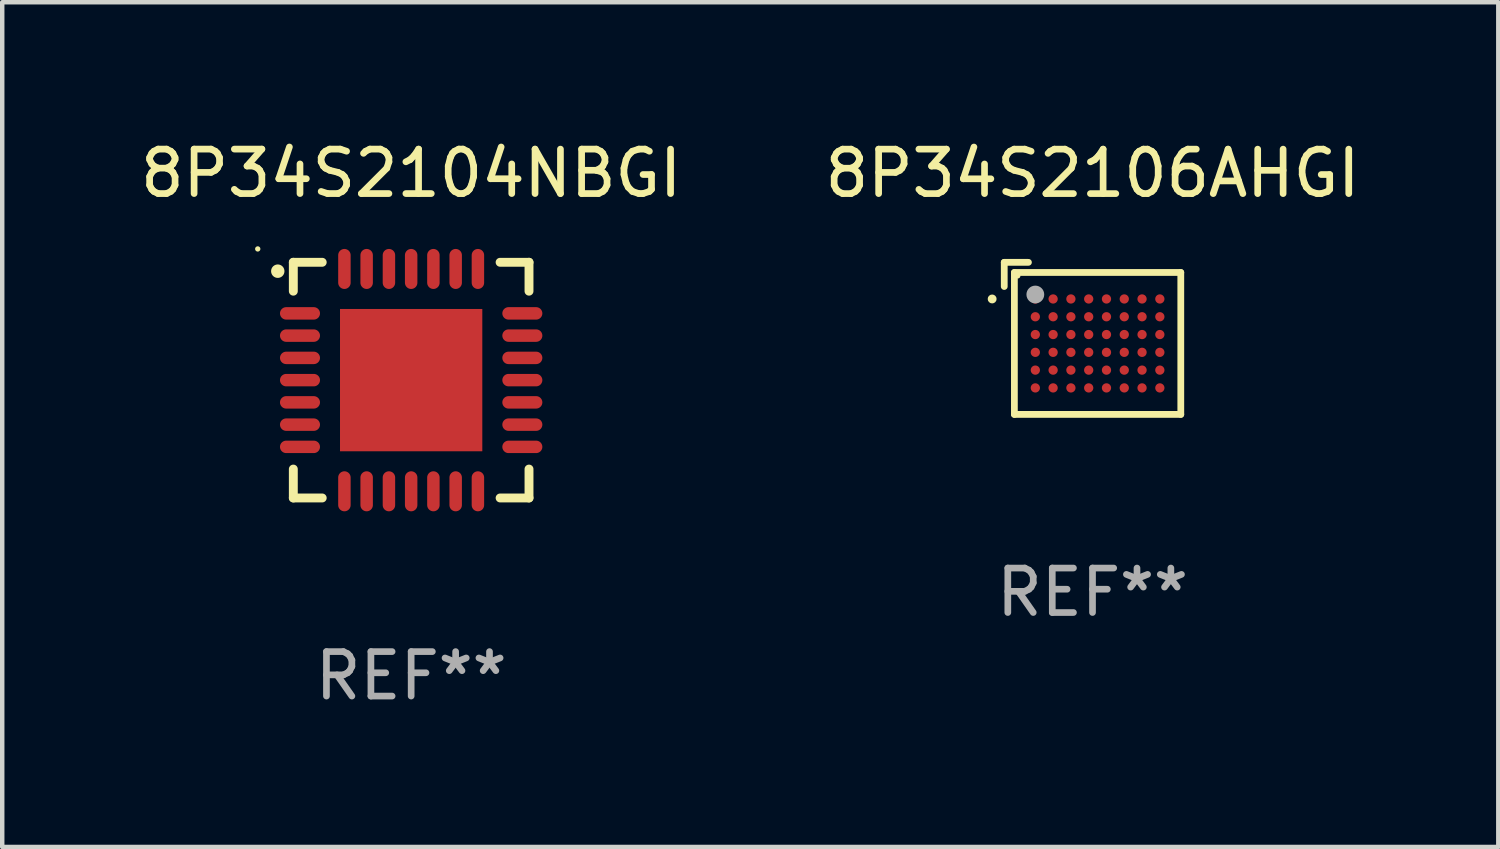
<source format=kicad_pcb>
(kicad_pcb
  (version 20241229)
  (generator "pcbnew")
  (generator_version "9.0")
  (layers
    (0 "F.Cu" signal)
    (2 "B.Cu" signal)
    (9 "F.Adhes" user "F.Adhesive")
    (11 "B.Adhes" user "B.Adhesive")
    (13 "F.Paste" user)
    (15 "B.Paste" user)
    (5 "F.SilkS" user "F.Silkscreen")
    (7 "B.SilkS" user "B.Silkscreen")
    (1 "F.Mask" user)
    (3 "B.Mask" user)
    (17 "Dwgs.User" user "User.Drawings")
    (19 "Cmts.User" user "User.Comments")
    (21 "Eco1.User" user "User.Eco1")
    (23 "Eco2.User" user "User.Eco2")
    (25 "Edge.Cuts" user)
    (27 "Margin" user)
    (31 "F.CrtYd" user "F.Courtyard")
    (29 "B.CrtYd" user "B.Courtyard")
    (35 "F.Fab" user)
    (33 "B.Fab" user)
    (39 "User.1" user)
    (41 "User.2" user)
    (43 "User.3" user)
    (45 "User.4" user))
  (footprint "8P34S2104NBGI"
    (layer "F.Cu")
    (at 6.196 5.498)
    (property "Reference" "8P34S2104NBGI" (at 0 -4.65 0) (layer "F.SilkS") (effects (font (size 1 1) (thickness 0.15))))
    (attr through_hole)
    (fp_line (start -2.65 -2.65) (end -2 -2.65) (stroke (width 0.2) (type solid)) (layer "F.SilkS"))
    (fp_line (start -2.65 -2) (end -2.65 -2.65) (stroke (width 0.2) (type solid)) (layer "F.SilkS"))
    (fp_line (start -2.65 2) (end -2.65 2.65) (stroke (width 0.2) (type solid)) (layer "F.SilkS"))
    (fp_line (start -2.65 2.65) (end -2 2.65) (stroke (width 0.2) (type solid)) (layer "F.SilkS"))
    (fp_line (start 2 2.65) (end 2.65 2.65) (stroke (width 0.2) (type solid)) (layer "F.SilkS"))
    (fp_line (start 2.65 -2.65) (end 2 -2.65) (stroke (width 0.2) (type solid)) (layer "F.SilkS"))
    (fp_line (start 2.65 -2) (end 2.65 -2.65) (stroke (width 0.2) (type solid)) (layer "F.SilkS"))
    (fp_line (start 2.65 2.65) (end 2.65 2) (stroke (width 0.2) (type solid)) (layer "F.SilkS"))
    (fp_arc (start -2.999746 -2.448565) (mid -2.999751 -2.449835) (end -2.999746 -2.451105) (stroke (width 0.3) (type solid)) (layer "F.SilkS"))
    (fp_circle (center -3.45 -2.95) (end -3.42 -2.95) (stroke (width 0.06) (type solid)) (fill no) (layer "F.SilkS"))
    (fp_text user "REF**" (at 0 6.65 0) (layer "F.Fab") (effects (font (size 1 1) (thickness 0.15))))
    (pad "1" smd oval (at -2.5 -1.501 90) (size 0.28 0.9) (layers "F.Cu" "F.Mask" "F.Paste"))
    (pad "2" smd oval (at -2.5 -1.001 90) (size 0.28 0.9) (layers "F.Cu" "F.Mask" "F.Paste"))
    (pad "3" smd oval (at -2.5 -0.5 90) (size 0.28 0.9) (layers "F.Cu" "F.Mask" "F.Paste"))
    (pad "4" smd oval (at -2.5 0.000076 90) (size 0.28 0.9) (layers "F.Cu" "F.Mask" "F.Paste"))
    (pad "5" smd oval (at -2.5 0.5 90) (size 0.28 0.9) (layers "F.Cu" "F.Mask" "F.Paste"))
    (pad "6" smd oval (at -2.5 1.001 90) (size 0.28 0.9) (layers "F.Cu" "F.Mask" "F.Paste"))
    (pad "7" smd oval (at -2.5 1.501 90) (size 0.28 0.9) (layers "F.Cu" "F.Mask" "F.Paste"))
    (pad "8" smd oval (at -1.501 2.5) (size 0.28 0.9) (layers "F.Cu" "F.Mask" "F.Paste"))
    (pad "9" smd oval (at -1.001 2.5) (size 0.28 0.9) (layers "F.Cu" "F.Mask" "F.Paste"))
    (pad "10" smd oval (at -0.5 2.5) (size 0.28 0.9) (layers "F.Cu" "F.Mask" "F.Paste"))
    (pad "11" smd oval (at -0.000076 2.5) (size 0.28 0.9) (layers "F.Cu" "F.Mask" "F.Paste"))
    (pad "12" smd oval (at 0.5 2.5) (size 0.28 0.9) (layers "F.Cu" "F.Mask" "F.Paste"))
    (pad "13" smd oval (at 1.001 2.5) (size 0.28 0.9) (layers "F.Cu" "F.Mask" "F.Paste"))
    (pad "14" smd oval (at 1.501 2.5) (size 0.28 0.9) (layers "F.Cu" "F.Mask" "F.Paste"))
    (pad "15" smd oval (at 2.5 1.501 90) (size 0.28 0.9) (layers "F.Cu" "F.Mask" "F.Paste"))
    (pad "16" smd oval (at 2.5 1.001 90) (size 0.28 0.9) (layers "F.Cu" "F.Mask" "F.Paste"))
    (pad "17" smd oval (at 2.5 0.5 90) (size 0.28 0.9) (layers "F.Cu" "F.Mask" "F.Paste"))
    (pad "18" smd oval (at 2.5 0.000076 90) (size 0.28 0.9) (layers "F.Cu" "F.Mask" "F.Paste"))
    (pad "19" smd oval (at 2.5 -0.5 90) (size 0.28 0.9) (layers "F.Cu" "F.Mask" "F.Paste"))
    (pad "20" smd oval (at 2.5 -1.001 90) (size 0.28 0.9) (layers "F.Cu" "F.Mask" "F.Paste"))
    (pad "21" smd oval (at 2.5 -1.501 90) (size 0.28 0.9) (layers "F.Cu" "F.Mask" "F.Paste"))
    (pad "22" smd oval (at 1.501 -2.5) (size 0.28 0.9) (layers "F.Cu" "F.Mask" "F.Paste"))
    (pad "23" smd oval (at 1.001 -2.5) (size 0.28 0.9) (layers "F.Cu" "F.Mask" "F.Paste"))
    (pad "24" smd oval (at 0.5 -2.5) (size 0.28 0.9) (layers "F.Cu" "F.Mask" "F.Paste"))
    (pad "25" smd oval (at -0.000076 -2.5) (size 0.28 0.9) (layers "F.Cu" "F.Mask" "F.Paste"))
    (pad "26" smd oval (at -0.5 -2.5) (size 0.28 0.9) (layers "F.Cu" "F.Mask" "F.Paste"))
    (pad "27" smd oval (at -1.001 -2.5) (size 0.28 0.9) (layers "F.Cu" "F.Mask" "F.Paste"))
    (pad "28" smd oval (at -1.501 -2.5) (size 0.28 0.9) (layers "F.Cu" "F.Mask" "F.Paste"))
    (pad "29" smd rect (at -0.000076 0.000076) (size 3.2 3.2) (layers "F.Cu" "F.Mask" "F.Paste")))
  (footprint "8P34S2106AHGI"
    (layer "F.Cu")
    (at 21.518 4.559)
    (property "Reference" "8P34S2106AHGI" (at 0 -3.71 0) (layer "F.SilkS") (effects (font (size 1 1) (thickness 0.15))))
    (attr through_hole)
    (fp_line (start -1.985 -1.71) (end -1.441 -1.71) (stroke (width 0.152) (type solid)) (layer "F.SilkS"))
    (fp_line (start -1.985 -1.166) (end -1.985 -1.71) (stroke (width 0.152) (type solid)) (layer "F.SilkS"))
    (fp_line (start -1.757 -1.482) (end 1.985 -1.482) (stroke (width 0.152) (type solid)) (layer "F.SilkS"))
    (fp_line (start -1.757 1.71) (end -1.757 -1.482) (stroke (width 0.152) (type solid)) (layer "F.SilkS"))
    (fp_line (start 1.985 -1.482) (end 1.985 1.71) (stroke (width 0.152) (type solid)) (layer "F.SilkS"))
    (fp_line (start 1.985 1.71) (end -1.757 1.71) (stroke (width 0.152) (type solid)) (layer "F.SilkS"))
    (fp_circle (center -2.257 -0.886) (end -2.207 -0.886) (stroke (width 0.1) (type solid)) (fill no) (layer "F.SilkS"))
    (fp_circle (center -1.681 -1.406) (end -1.651 -1.406) (stroke (width 0.06) (type solid)) (fill no) (layer "F.SilkS"))
    (fp_circle (center -1.286 -0.986) (end -1.186 -0.986) (stroke (width 0.2) (type solid)) (fill no) (layer "F.Fab"))
    (fp_text user "REF**" (at 0 5.71 0) (layer "F.Fab") (effects (font (size 1 1) (thickness 0.15))))
    (pad "A1" smd circle (at -1.286 -0.886) (size 0.208 0.208) (layers "F.Cu" "F.Mask" "F.Paste"))
    (pad "A2" smd circle (at -0.886 -0.886) (size 0.208 0.208) (layers "F.Cu" "F.Mask" "F.Paste"))
    (pad "A3" smd circle (at -0.486 -0.886) (size 0.208 0.208) (layers "F.Cu" "F.Mask" "F.Paste"))
    (pad "A4" smd circle (at -0.086 -0.886) (size 0.208 0.208) (layers "F.Cu" "F.Mask" "F.Paste"))
    (pad "A5" smd circle (at 0.314 -0.886) (size 0.208 0.208) (layers "F.Cu" "F.Mask" "F.Paste"))
    (pad "A6" smd circle (at 0.714 -0.886) (size 0.208 0.208) (layers "F.Cu" "F.Mask" "F.Paste"))
    (pad "A7" smd circle (at 1.114 -0.886) (size 0.208 0.208) (layers "F.Cu" "F.Mask" "F.Paste"))
    (pad "A8" smd circle (at 1.514 -0.886) (size 0.208 0.208) (layers "F.Cu" "F.Mask" "F.Paste"))
    (pad "B1" smd circle (at -1.286 -0.486) (size 0.208 0.208) (layers "F.Cu" "F.Mask" "F.Paste"))
    (pad "B2" smd circle (at -0.886 -0.486) (size 0.208 0.208) (layers "F.Cu" "F.Mask" "F.Paste"))
    (pad "B3" smd circle (at -0.486 -0.486) (size 0.208 0.208) (layers "F.Cu" "F.Mask" "F.Paste"))
    (pad "B4" smd circle (at -0.086 -0.486) (size 0.208 0.208) (layers "F.Cu" "F.Mask" "F.Paste"))
    (pad "B5" smd circle (at 0.314 -0.486) (size 0.208 0.208) (layers "F.Cu" "F.Mask" "F.Paste"))
    (pad "B6" smd circle (at 0.714 -0.486) (size 0.208 0.208) (layers "F.Cu" "F.Mask" "F.Paste"))
    (pad "B7" smd circle (at 1.114 -0.486) (size 0.208 0.208) (layers "F.Cu" "F.Mask" "F.Paste"))
    (pad "B8" smd circle (at 1.514 -0.486) (size 0.208 0.208) (layers "F.Cu" "F.Mask" "F.Paste"))
    (pad "C1" smd circle (at -1.286 -0.086) (size 0.208 0.208) (layers "F.Cu" "F.Mask" "F.Paste"))
    (pad "C2" smd circle (at -0.886 -0.086) (size 0.208 0.208) (layers "F.Cu" "F.Mask" "F.Paste"))
    (pad "C3" smd circle (at -0.486 -0.086) (size 0.208 0.208) (layers "F.Cu" "F.Mask" "F.Paste"))
    (pad "C4" smd circle (at -0.086 -0.086) (size 0.208 0.208) (layers "F.Cu" "F.Mask" "F.Paste"))
    (pad "C5" smd circle (at 0.314 -0.086) (size 0.208 0.208) (layers "F.Cu" "F.Mask" "F.Paste"))
    (pad "C6" smd circle (at 0.714 -0.086) (size 0.208 0.208) (layers "F.Cu" "F.Mask" "F.Paste"))
    (pad "C7" smd circle (at 1.114 -0.086) (size 0.208 0.208) (layers "F.Cu" "F.Mask" "F.Paste"))
    (pad "C8" smd circle (at 1.514 -0.086) (size 0.208 0.208) (layers "F.Cu" "F.Mask" "F.Paste"))
    (pad "D1" smd circle (at -1.286 0.314) (size 0.208 0.208) (layers "F.Cu" "F.Mask" "F.Paste"))
    (pad "D2" smd circle (at -0.886 0.314) (size 0.208 0.208) (layers "F.Cu" "F.Mask" "F.Paste"))
    (pad "D3" smd circle (at -0.486 0.314) (size 0.208 0.208) (layers "F.Cu" "F.Mask" "F.Paste"))
    (pad "D4" smd circle (at -0.086 0.314) (size 0.208 0.208) (layers "F.Cu" "F.Mask" "F.Paste"))
    (pad "D5" smd circle (at 0.314 0.314) (size 0.208 0.208) (layers "F.Cu" "F.Mask" "F.Paste"))
    (pad "D6" smd circle (at 0.714 0.314) (size 0.208 0.208) (layers "F.Cu" "F.Mask" "F.Paste"))
    (pad "D7" smd circle (at 1.114 0.314) (size 0.208 0.208) (layers "F.Cu" "F.Mask" "F.Paste"))
    (pad "D8" smd circle (at 1.514 0.314) (size 0.208 0.208) (layers "F.Cu" "F.Mask" "F.Paste"))
    (pad "E1" smd circle (at -1.286 0.714) (size 0.208 0.208) (layers "F.Cu" "F.Mask" "F.Paste"))
    (pad "E2" smd circle (at -0.886 0.714) (size 0.208 0.208) (layers "F.Cu" "F.Mask" "F.Paste"))
    (pad "E3" smd circle (at -0.486 0.714) (size 0.208 0.208) (layers "F.Cu" "F.Mask" "F.Paste"))
    (pad "E4" smd circle (at -0.086 0.714) (size 0.208 0.208) (layers "F.Cu" "F.Mask" "F.Paste"))
    (pad "E5" smd circle (at 0.314 0.714) (size 0.208 0.208) (layers "F.Cu" "F.Mask" "F.Paste"))
    (pad "E6" smd circle (at 0.714 0.714) (size 0.208 0.208) (layers "F.Cu" "F.Mask" "F.Paste"))
    (pad "E7" smd circle (at 1.114 0.714) (size 0.208 0.208) (layers "F.Cu" "F.Mask" "F.Paste"))
    (pad "E8" smd circle (at 1.514 0.714) (size 0.208 0.208) (layers "F.Cu" "F.Mask" "F.Paste"))
    (pad "F1" smd circle (at -1.286 1.114) (size 0.208 0.208) (layers "F.Cu" "F.Mask" "F.Paste"))
    (pad "F2" smd circle (at -0.886 1.114) (size 0.208 0.208) (layers "F.Cu" "F.Mask" "F.Paste"))
    (pad "F3" smd circle (at -0.486 1.114) (size 0.208 0.208) (layers "F.Cu" "F.Mask" "F.Paste"))
    (pad "F4" smd circle (at -0.086 1.114) (size 0.208 0.208) (layers "F.Cu" "F.Mask" "F.Paste"))
    (pad "F5" smd circle (at 0.314 1.114) (size 0.208 0.208) (layers "F.Cu" "F.Mask" "F.Paste"))
    (pad "F6" smd circle (at 0.714 1.114) (size 0.208 0.208) (layers "F.Cu" "F.Mask" "F.Paste"))
    (pad "F7" smd circle (at 1.114 1.114) (size 0.208 0.208) (layers "F.Cu" "F.Mask" "F.Paste"))
    (pad "F8" smd circle (at 1.514 1.114) (size 0.208 0.208) (layers "F.Cu" "F.Mask" "F.Paste")))
  (gr_rect
    (start -3 -3)
    (end 30.643 15.996)
    (stroke (width 0.1) (type default))
    (fill no)
    (layer "Edge.Cuts")))
</source>
